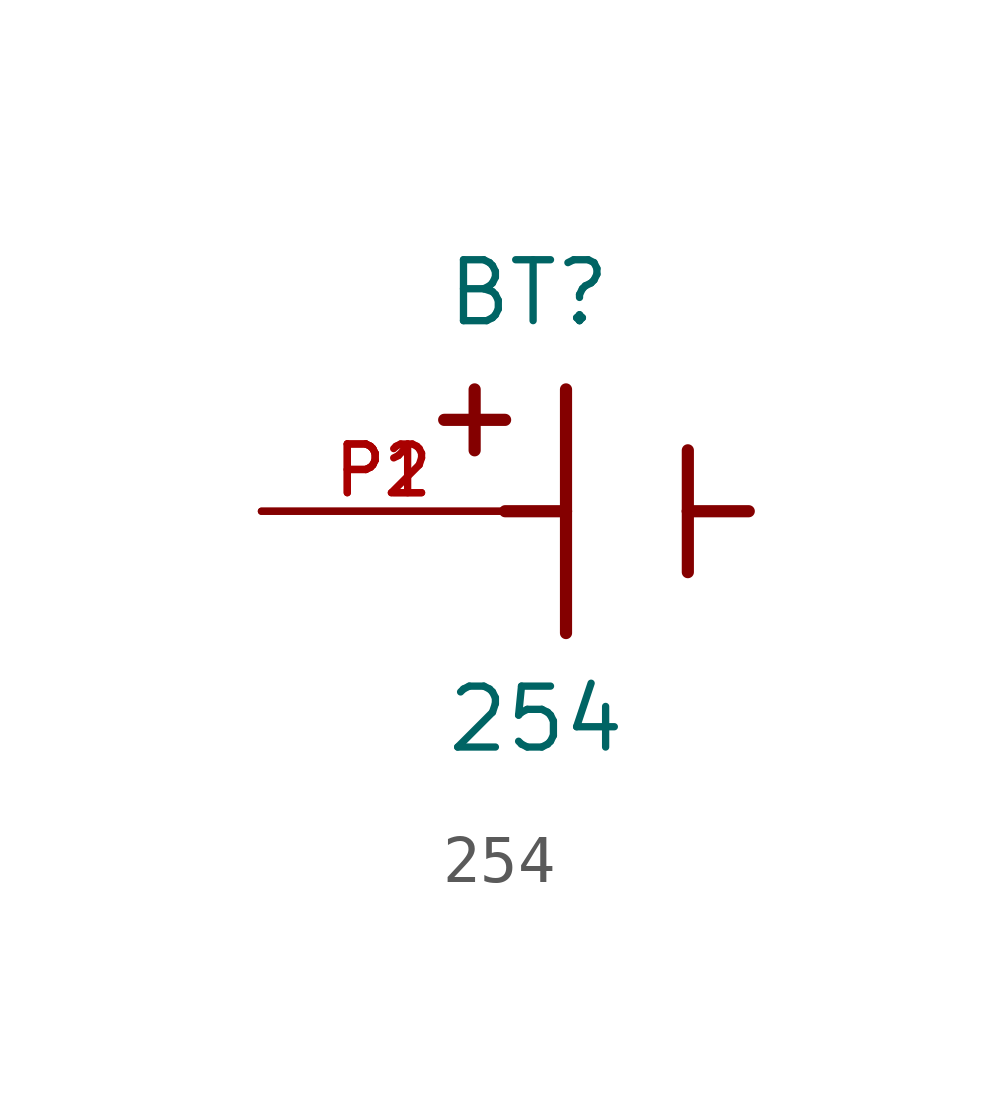
<source format=kicad_sym>
(kicad_symbol_lib
  (version 20211014)
  (generator kicad_symbol_editor)
  (symbol "254"
    (pin_names
      (offset 1.016))
    (property "Reference" "BT"
      (at -3.81 3.81 0)
      (effects (font (size 1.27 1.27)) (justify bottom left)))
    (property "Value" "254"
      (at -3.81 -5.08 0)
      (effects (font (size 1.27 1.27)) (justify bottom left)))
    (symbol "254_0_0"
      (polyline (pts (xy -1.27 2.54) (xy -1.27 0.0)) (stroke (width 0.254)))
      (polyline (pts (xy -1.27 0.0) (xy -1.27 -2.54)) (stroke (width 0.254)))
      (polyline (pts (xy 1.27 1.27) (xy 1.27 0.0)) (stroke (width 0.254)))
      (polyline (pts (xy 1.27 0.0) (xy 1.27 -1.27)) (stroke (width 0.254)))
      (polyline (pts (xy -1.27 0.0) (xy -2.54 0.0)) (stroke (width 0.254)))
      (polyline (pts (xy 1.27 0.0) (xy 2.54 0.0)) (stroke (width 0.254)))
      (polyline (pts (xy -3.175 2.54) (xy -3.175 1.27)) (stroke (width 0.254)))
      (polyline (pts (xy -3.81 1.905) (xy -2.54 1.905)) (stroke (width 0.254)))
      (pin passive line (at -7.62 0.0 0) (length 5.08) (name "~" (effects (font (size 1.016 1.016)))) (number "P1" (effects (font (size 1.016 1.016)))))
      (pin passive line (at -7.62 0.0 0) (length 5.08) (name "~" (effects (font (size 1.016 1.016)))) (number "P2" (effects (font (size 1.016 1.016))))))))
</source>
